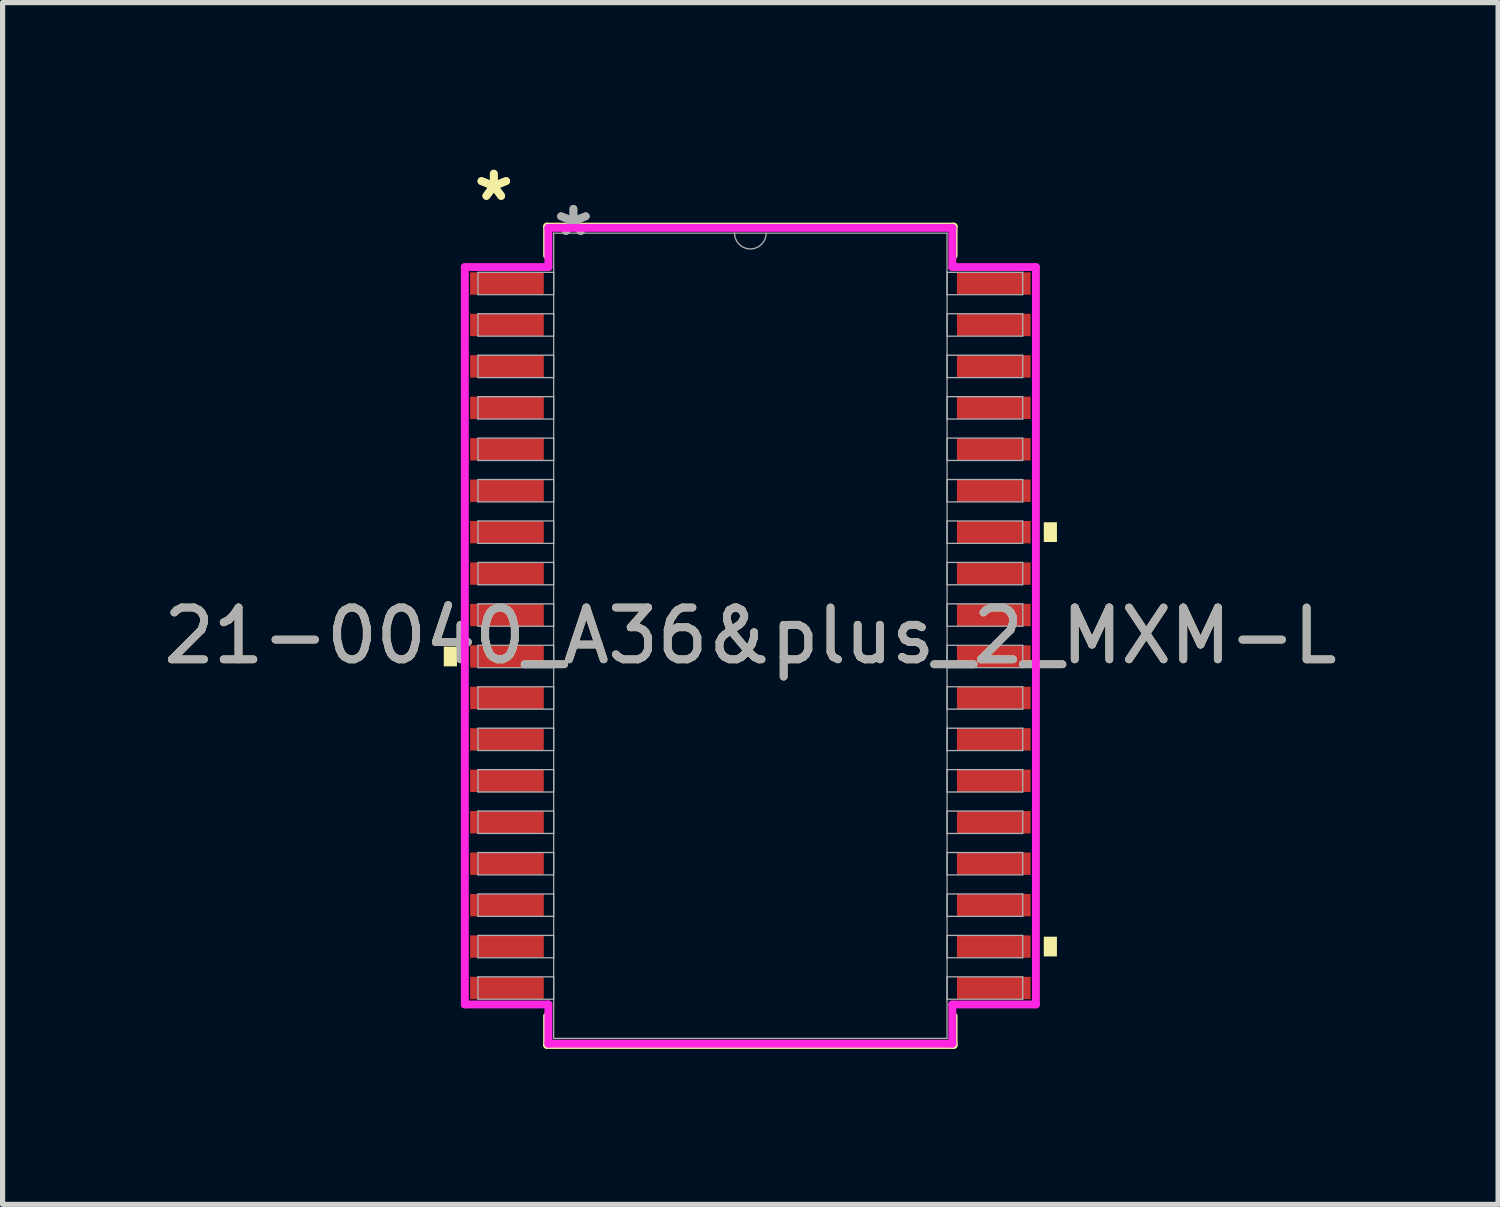
<source format=kicad_pcb>
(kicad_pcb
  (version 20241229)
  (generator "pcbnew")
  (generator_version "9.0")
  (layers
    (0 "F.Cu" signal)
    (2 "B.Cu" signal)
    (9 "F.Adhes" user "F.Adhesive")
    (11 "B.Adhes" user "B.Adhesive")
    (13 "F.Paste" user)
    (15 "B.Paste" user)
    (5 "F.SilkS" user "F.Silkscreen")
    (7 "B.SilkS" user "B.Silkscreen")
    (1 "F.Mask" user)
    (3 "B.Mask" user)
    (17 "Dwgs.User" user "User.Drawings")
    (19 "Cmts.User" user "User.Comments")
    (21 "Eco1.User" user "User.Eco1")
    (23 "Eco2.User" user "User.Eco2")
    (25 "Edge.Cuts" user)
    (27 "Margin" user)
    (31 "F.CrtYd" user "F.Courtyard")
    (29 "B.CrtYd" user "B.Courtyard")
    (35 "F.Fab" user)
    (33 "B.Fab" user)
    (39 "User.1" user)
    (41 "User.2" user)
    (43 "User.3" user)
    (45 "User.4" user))
  (footprint "21-0040_A36&plus_2_MXM-L"
    (layer "F.Cu")
    (at 11.435 9.223)
    (property "Reference" "21-0040_A36&plus_2_MXM-L" (at 0 0 0) (unlocked yes) (layer "F.SilkS") (effects (font (size 1 1) (thickness 0.15))))
    (attr smd)
    (fp_line (start -3.924 -7.899) (end -3.924 -7.343) (stroke (width 0.152) (type solid)) (layer "F.SilkS"))
    (fp_line (start -3.924 7.343) (end -3.924 7.899) (stroke (width 0.152) (type solid)) (layer "F.SilkS"))
    (fp_line (start -3.924 7.899) (end 3.924 7.899) (stroke (width 0.152) (type solid)) (layer "F.SilkS"))
    (fp_line (start 3.924 -7.899) (end -3.924 -7.899) (stroke (width 0.152) (type solid)) (layer "F.SilkS"))
    (fp_line (start 3.924 -7.343) (end 3.924 -7.899) (stroke (width 0.152) (type solid)) (layer "F.SilkS"))
    (fp_line (start 3.924 7.899) (end 3.924 7.343) (stroke (width 0.152) (type solid)) (layer "F.SilkS"))
    (fp_poly (pts (xy -5.918 0.209) (xy -5.918 0.59) (xy -5.664 0.59) (xy -5.664 0.209)) (stroke (width 0) (type solid)) (fill yes) (layer "F.SilkS"))
    (fp_poly (pts (xy 5.918 -2.191) (xy 5.918 -1.81) (xy 5.664 -1.81) (xy 5.664 -2.191)) (stroke (width 0) (type solid)) (fill yes) (layer "F.SilkS"))
    (fp_poly (pts (xy 5.918 5.809) (xy 5.918 6.19) (xy 5.664 6.19) (xy 5.664 5.809)) (stroke (width 0) (type solid)) (fill yes) (layer "F.SilkS"))
    (fp_line (start -5.512 -7.117) (end -3.899 -7.117) (stroke (width 0.152) (type solid)) (layer "F.CrtYd"))
    (fp_line (start -5.512 7.117) (end -5.512 -7.117) (stroke (width 0.152) (type solid)) (layer "F.CrtYd"))
    (fp_line (start -5.512 7.117) (end -3.899 7.117) (stroke (width 0.152) (type solid)) (layer "F.CrtYd"))
    (fp_line (start -3.899 -7.874) (end 3.899 -7.874) (stroke (width 0.152) (type solid)) (layer "F.CrtYd"))
    (fp_line (start -3.899 -7.117) (end -3.899 -7.874) (stroke (width 0.152) (type solid)) (layer "F.CrtYd"))
    (fp_line (start -3.899 7.874) (end -3.899 7.117) (stroke (width 0.152) (type solid)) (layer "F.CrtYd"))
    (fp_line (start 3.899 -7.874) (end 3.899 -7.117) (stroke (width 0.152) (type solid)) (layer "F.CrtYd"))
    (fp_line (start 3.899 7.117) (end 3.899 7.874) (stroke (width 0.152) (type solid)) (layer "F.CrtYd"))
    (fp_line (start 3.899 7.874) (end -3.899 7.874) (stroke (width 0.152) (type solid)) (layer "F.CrtYd"))
    (fp_line (start 5.512 -7.117) (end 3.899 -7.117) (stroke (width 0.152) (type solid)) (layer "F.CrtYd"))
    (fp_line (start 5.512 -7.117) (end 5.512 7.117) (stroke (width 0.152) (type solid)) (layer "F.CrtYd"))
    (fp_line (start 5.512 7.117) (end 3.899 7.117) (stroke (width 0.152) (type solid)) (layer "F.CrtYd"))
    (fp_line (start -5.258 -7.016) (end -5.258 -6.584) (stroke (width 0.025) (type solid)) (layer "F.Fab"))
    (fp_line (start -5.258 -6.584) (end -3.797 -6.584) (stroke (width 0.025) (type solid)) (layer "F.Fab"))
    (fp_line (start -5.258 -6.216) (end -5.258 -5.784) (stroke (width 0.025) (type solid)) (layer "F.Fab"))
    (fp_line (start -5.258 -5.784) (end -3.797 -5.784) (stroke (width 0.025) (type solid)) (layer "F.Fab"))
    (fp_line (start -5.258 -5.416) (end -5.258 -4.984) (stroke (width 0.025) (type solid)) (layer "F.Fab"))
    (fp_line (start -5.258 -4.984) (end -3.797 -4.984) (stroke (width 0.025) (type solid)) (layer "F.Fab"))
    (fp_line (start -5.258 -4.616) (end -5.258 -4.184) (stroke (width 0.025) (type solid)) (layer "F.Fab"))
    (fp_line (start -5.258 -4.184) (end -3.797 -4.184) (stroke (width 0.025) (type solid)) (layer "F.Fab"))
    (fp_line (start -5.258 -3.816) (end -5.258 -3.384) (stroke (width 0.025) (type solid)) (layer "F.Fab"))
    (fp_line (start -5.258 -3.384) (end -3.797 -3.384) (stroke (width 0.025) (type solid)) (layer "F.Fab"))
    (fp_line (start -5.258 -3.016) (end -5.258 -2.584) (stroke (width 0.025) (type solid)) (layer "F.Fab"))
    (fp_line (start -5.258 -2.584) (end -3.797 -2.584) (stroke (width 0.025) (type solid)) (layer "F.Fab"))
    (fp_line (start -5.258 -2.216) (end -5.258 -1.784) (stroke (width 0.025) (type solid)) (layer "F.Fab"))
    (fp_line (start -5.258 -1.784) (end -3.797 -1.784) (stroke (width 0.025) (type solid)) (layer "F.Fab"))
    (fp_line (start -5.258 -1.416) (end -5.258 -0.984) (stroke (width 0.025) (type solid)) (layer "F.Fab"))
    (fp_line (start -5.258 -0.984) (end -3.797 -0.984) (stroke (width 0.025) (type solid)) (layer "F.Fab"))
    (fp_line (start -5.258 -0.616) (end -5.258 -0.184) (stroke (width 0.025) (type solid)) (layer "F.Fab"))
    (fp_line (start -5.258 -0.184) (end -3.797 -0.184) (stroke (width 0.025) (type solid)) (layer "F.Fab"))
    (fp_line (start -5.258 0.184) (end -5.258 0.616) (stroke (width 0.025) (type solid)) (layer "F.Fab"))
    (fp_line (start -5.258 0.616) (end -3.797 0.616) (stroke (width 0.025) (type solid)) (layer "F.Fab"))
    (fp_line (start -5.258 0.984) (end -5.258 1.416) (stroke (width 0.025) (type solid)) (layer "F.Fab"))
    (fp_line (start -5.258 1.416) (end -3.797 1.416) (stroke (width 0.025) (type solid)) (layer "F.Fab"))
    (fp_line (start -5.258 1.784) (end -5.258 2.216) (stroke (width 0.025) (type solid)) (layer "F.Fab"))
    (fp_line (start -5.258 2.216) (end -3.797 2.216) (stroke (width 0.025) (type solid)) (layer "F.Fab"))
    (fp_line (start -5.258 2.584) (end -5.258 3.016) (stroke (width 0.025) (type solid)) (layer "F.Fab"))
    (fp_line (start -5.258 3.016) (end -3.797 3.016) (stroke (width 0.025) (type solid)) (layer "F.Fab"))
    (fp_line (start -5.258 3.384) (end -5.258 3.816) (stroke (width 0.025) (type solid)) (layer "F.Fab"))
    (fp_line (start -5.258 3.816) (end -3.797 3.816) (stroke (width 0.025) (type solid)) (layer "F.Fab"))
    (fp_line (start -5.258 4.184) (end -5.258 4.616) (stroke (width 0.025) (type solid)) (layer "F.Fab"))
    (fp_line (start -5.258 4.616) (end -3.797 4.616) (stroke (width 0.025) (type solid)) (layer "F.Fab"))
    (fp_line (start -5.258 4.984) (end -5.258 5.416) (stroke (width 0.025) (type solid)) (layer "F.Fab"))
    (fp_line (start -5.258 5.416) (end -3.797 5.416) (stroke (width 0.025) (type solid)) (layer "F.Fab"))
    (fp_line (start -5.258 5.784) (end -5.258 6.216) (stroke (width 0.025) (type solid)) (layer "F.Fab"))
    (fp_line (start -5.258 6.216) (end -3.797 6.216) (stroke (width 0.025) (type solid)) (layer "F.Fab"))
    (fp_line (start -5.258 6.584) (end -5.258 7.016) (stroke (width 0.025) (type solid)) (layer "F.Fab"))
    (fp_line (start -5.258 7.016) (end -3.797 7.016) (stroke (width 0.025) (type solid)) (layer "F.Fab"))
    (fp_line (start -3.797 -7.772) (end -3.797 7.772) (stroke (width 0.025) (type solid)) (layer "F.Fab"))
    (fp_line (start -3.797 -7.016) (end -5.258 -7.016) (stroke (width 0.025) (type solid)) (layer "F.Fab"))
    (fp_line (start -3.797 -6.584) (end -3.797 -7.016) (stroke (width 0.025) (type solid)) (layer "F.Fab"))
    (fp_line (start -3.797 -6.216) (end -5.258 -6.216) (stroke (width 0.025) (type solid)) (layer "F.Fab"))
    (fp_line (start -3.797 -5.784) (end -3.797 -6.216) (stroke (width 0.025) (type solid)) (layer "F.Fab"))
    (fp_line (start -3.797 -5.416) (end -5.258 -5.416) (stroke (width 0.025) (type solid)) (layer "F.Fab"))
    (fp_line (start -3.797 -4.984) (end -3.797 -5.416) (stroke (width 0.025) (type solid)) (layer "F.Fab"))
    (fp_line (start -3.797 -4.616) (end -5.258 -4.616) (stroke (width 0.025) (type solid)) (layer "F.Fab"))
    (fp_line (start -3.797 -4.184) (end -3.797 -4.616) (stroke (width 0.025) (type solid)) (layer "F.Fab"))
    (fp_line (start -3.797 -3.816) (end -5.258 -3.816) (stroke (width 0.025) (type solid)) (layer "F.Fab"))
    (fp_line (start -3.797 -3.384) (end -3.797 -3.816) (stroke (width 0.025) (type solid)) (layer "F.Fab"))
    (fp_line (start -3.797 -3.016) (end -5.258 -3.016) (stroke (width 0.025) (type solid)) (layer "F.Fab"))
    (fp_line (start -3.797 -2.584) (end -3.797 -3.016) (stroke (width 0.025) (type solid)) (layer "F.Fab"))
    (fp_line (start -3.797 -2.216) (end -5.258 -2.216) (stroke (width 0.025) (type solid)) (layer "F.Fab"))
    (fp_line (start -3.797 -1.784) (end -3.797 -2.216) (stroke (width 0.025) (type solid)) (layer "F.Fab"))
    (fp_line (start -3.797 -1.416) (end -5.258 -1.416) (stroke (width 0.025) (type solid)) (layer "F.Fab"))
    (fp_line (start -3.797 -0.984) (end -3.797 -1.416) (stroke (width 0.025) (type solid)) (layer "F.Fab"))
    (fp_line (start -3.797 -0.616) (end -5.258 -0.616) (stroke (width 0.025) (type solid)) (layer "F.Fab"))
    (fp_line (start -3.797 -0.184) (end -3.797 -0.616) (stroke (width 0.025) (type solid)) (layer "F.Fab"))
    (fp_line (start -3.797 0.184) (end -5.258 0.184) (stroke (width 0.025) (type solid)) (layer "F.Fab"))
    (fp_line (start -3.797 0.616) (end -3.797 0.184) (stroke (width 0.025) (type solid)) (layer "F.Fab"))
    (fp_line (start -3.797 0.984) (end -5.258 0.984) (stroke (width 0.025) (type solid)) (layer "F.Fab"))
    (fp_line (start -3.797 1.416) (end -3.797 0.984) (stroke (width 0.025) (type solid)) (layer "F.Fab"))
    (fp_line (start -3.797 1.784) (end -5.258 1.784) (stroke (width 0.025) (type solid)) (layer "F.Fab"))
    (fp_line (start -3.797 2.216) (end -3.797 1.784) (stroke (width 0.025) (type solid)) (layer "F.Fab"))
    (fp_line (start -3.797 2.584) (end -5.258 2.584) (stroke (width 0.025) (type solid)) (layer "F.Fab"))
    (fp_line (start -3.797 3.016) (end -3.797 2.584) (stroke (width 0.025) (type solid)) (layer "F.Fab"))
    (fp_line (start -3.797 3.384) (end -5.258 3.384) (stroke (width 0.025) (type solid)) (layer "F.Fab"))
    (fp_line (start -3.797 3.816) (end -3.797 3.384) (stroke (width 0.025) (type solid)) (layer "F.Fab"))
    (fp_line (start -3.797 4.184) (end -5.258 4.184) (stroke (width 0.025) (type solid)) (layer "F.Fab"))
    (fp_line (start -3.797 4.616) (end -3.797 4.184) (stroke (width 0.025) (type solid)) (layer "F.Fab"))
    (fp_line (start -3.797 4.984) (end -5.258 4.984) (stroke (width 0.025) (type solid)) (layer "F.Fab"))
    (fp_line (start -3.797 5.416) (end -3.797 4.984) (stroke (width 0.025) (type solid)) (layer "F.Fab"))
    (fp_line (start -3.797 5.784) (end -5.258 5.784) (stroke (width 0.025) (type solid)) (layer "F.Fab"))
    (fp_line (start -3.797 6.216) (end -3.797 5.784) (stroke (width 0.025) (type solid)) (layer "F.Fab"))
    (fp_line (start -3.797 6.584) (end -5.258 6.584) (stroke (width 0.025) (type solid)) (layer "F.Fab"))
    (fp_line (start -3.797 7.016) (end -3.797 6.584) (stroke (width 0.025) (type solid)) (layer "F.Fab"))
    (fp_line (start -3.797 7.772) (end 3.797 7.772) (stroke (width 0.025) (type solid)) (layer "F.Fab"))
    (fp_line (start 3.797 -7.772) (end -3.797 -7.772) (stroke (width 0.025) (type solid)) (layer "F.Fab"))
    (fp_line (start 3.797 -7.016) (end 3.797 -6.584) (stroke (width 0.025) (type solid)) (layer "F.Fab"))
    (fp_line (start 3.797 -6.584) (end 5.258 -6.584) (stroke (width 0.025) (type solid)) (layer "F.Fab"))
    (fp_line (start 3.797 -6.216) (end 3.797 -5.784) (stroke (width 0.025) (type solid)) (layer "F.Fab"))
    (fp_line (start 3.797 -5.784) (end 5.258 -5.784) (stroke (width 0.025) (type solid)) (layer "F.Fab"))
    (fp_line (start 3.797 -5.416) (end 3.797 -4.984) (stroke (width 0.025) (type solid)) (layer "F.Fab"))
    (fp_line (start 3.797 -4.984) (end 5.258 -4.984) (stroke (width 0.025) (type solid)) (layer "F.Fab"))
    (fp_line (start 3.797 -4.616) (end 3.797 -4.184) (stroke (width 0.025) (type solid)) (layer "F.Fab"))
    (fp_line (start 3.797 -4.184) (end 5.258 -4.184) (stroke (width 0.025) (type solid)) (layer "F.Fab"))
    (fp_line (start 3.797 -3.816) (end 3.797 -3.384) (stroke (width 0.025) (type solid)) (layer "F.Fab"))
    (fp_line (start 3.797 -3.384) (end 5.258 -3.384) (stroke (width 0.025) (type solid)) (layer "F.Fab"))
    (fp_line (start 3.797 -3.016) (end 3.797 -2.584) (stroke (width 0.025) (type solid)) (layer "F.Fab"))
    (fp_line (start 3.797 -2.584) (end 5.258 -2.584) (stroke (width 0.025) (type solid)) (layer "F.Fab"))
    (fp_line (start 3.797 -2.216) (end 3.797 -1.784) (stroke (width 0.025) (type solid)) (layer "F.Fab"))
    (fp_line (start 3.797 -1.784) (end 5.258 -1.784) (stroke (width 0.025) (type solid)) (layer "F.Fab"))
    (fp_line (start 3.797 -1.416) (end 3.797 -0.984) (stroke (width 0.025) (type solid)) (layer "F.Fab"))
    (fp_line (start 3.797 -0.984) (end 5.258 -0.984) (stroke (width 0.025) (type solid)) (layer "F.Fab"))
    (fp_line (start 3.797 -0.616) (end 3.797 -0.184) (stroke (width 0.025) (type solid)) (layer "F.Fab"))
    (fp_line (start 3.797 -0.184) (end 5.258 -0.184) (stroke (width 0.025) (type solid)) (layer "F.Fab"))
    (fp_line (start 3.797 0.184) (end 3.797 0.616) (stroke (width 0.025) (type solid)) (layer "F.Fab"))
    (fp_line (start 3.797 0.616) (end 5.258 0.616) (stroke (width 0.025) (type solid)) (layer "F.Fab"))
    (fp_line (start 3.797 0.984) (end 3.797 1.416) (stroke (width 0.025) (type solid)) (layer "F.Fab"))
    (fp_line (start 3.797 1.416) (end 5.258 1.416) (stroke (width 0.025) (type solid)) (layer "F.Fab"))
    (fp_line (start 3.797 1.784) (end 3.797 2.216) (stroke (width 0.025) (type solid)) (layer "F.Fab"))
    (fp_line (start 3.797 2.216) (end 5.258 2.216) (stroke (width 0.025) (type solid)) (layer "F.Fab"))
    (fp_line (start 3.797 2.584) (end 3.797 3.016) (stroke (width 0.025) (type solid)) (layer "F.Fab"))
    (fp_line (start 3.797 3.016) (end 5.258 3.016) (stroke (width 0.025) (type solid)) (layer "F.Fab"))
    (fp_line (start 3.797 3.384) (end 3.797 3.816) (stroke (width 0.025) (type solid)) (layer "F.Fab"))
    (fp_line (start 3.797 3.816) (end 5.258 3.816) (stroke (width 0.025) (type solid)) (layer "F.Fab"))
    (fp_line (start 3.797 4.184) (end 3.797 4.616) (stroke (width 0.025) (type solid)) (layer "F.Fab"))
    (fp_line (start 3.797 4.616) (end 5.258 4.616) (stroke (width 0.025) (type solid)) (layer "F.Fab"))
    (fp_line (start 3.797 4.984) (end 3.797 5.416) (stroke (width 0.025) (type solid)) (layer "F.Fab"))
    (fp_line (start 3.797 5.416) (end 5.258 5.416) (stroke (width 0.025) (type solid)) (layer "F.Fab"))
    (fp_line (start 3.797 5.784) (end 3.797 6.216) (stroke (width 0.025) (type solid)) (layer "F.Fab"))
    (fp_line (start 3.797 6.216) (end 5.258 6.216) (stroke (width 0.025) (type solid)) (layer "F.Fab"))
    (fp_line (start 3.797 6.584) (end 3.797 7.016) (stroke (width 0.025) (type solid)) (layer "F.Fab"))
    (fp_line (start 3.797 7.016) (end 5.258 7.016) (stroke (width 0.025) (type solid)) (layer "F.Fab"))
    (fp_line (start 3.797 7.772) (end 3.797 -7.772) (stroke (width 0.025) (type solid)) (layer "F.Fab"))
    (fp_line (start 5.258 -7.016) (end 3.797 -7.016) (stroke (width 0.025) (type solid)) (layer "F.Fab"))
    (fp_line (start 5.258 -6.584) (end 5.258 -7.016) (stroke (width 0.025) (type solid)) (layer "F.Fab"))
    (fp_line (start 5.258 -6.216) (end 3.797 -6.216) (stroke (width 0.025) (type solid)) (layer "F.Fab"))
    (fp_line (start 5.258 -5.784) (end 5.258 -6.216) (stroke (width 0.025) (type solid)) (layer "F.Fab"))
    (fp_line (start 5.258 -5.416) (end 3.797 -5.416) (stroke (width 0.025) (type solid)) (layer "F.Fab"))
    (fp_line (start 5.258 -4.984) (end 5.258 -5.416) (stroke (width 0.025) (type solid)) (layer "F.Fab"))
    (fp_line (start 5.258 -4.616) (end 3.797 -4.616) (stroke (width 0.025) (type solid)) (layer "F.Fab"))
    (fp_line (start 5.258 -4.184) (end 5.258 -4.616) (stroke (width 0.025) (type solid)) (layer "F.Fab"))
    (fp_line (start 5.258 -3.816) (end 3.797 -3.816) (stroke (width 0.025) (type solid)) (layer "F.Fab"))
    (fp_line (start 5.258 -3.384) (end 5.258 -3.816) (stroke (width 0.025) (type solid)) (layer "F.Fab"))
    (fp_line (start 5.258 -3.016) (end 3.797 -3.016) (stroke (width 0.025) (type solid)) (layer "F.Fab"))
    (fp_line (start 5.258 -2.584) (end 5.258 -3.016) (stroke (width 0.025) (type solid)) (layer "F.Fab"))
    (fp_line (start 5.258 -2.216) (end 3.797 -2.216) (stroke (width 0.025) (type solid)) (layer "F.Fab"))
    (fp_line (start 5.258 -1.784) (end 5.258 -2.216) (stroke (width 0.025) (type solid)) (layer "F.Fab"))
    (fp_line (start 5.258 -1.416) (end 3.797 -1.416) (stroke (width 0.025) (type solid)) (layer "F.Fab"))
    (fp_line (start 5.258 -0.984) (end 5.258 -1.416) (stroke (width 0.025) (type solid)) (layer "F.Fab"))
    (fp_line (start 5.258 -0.616) (end 3.797 -0.616) (stroke (width 0.025) (type solid)) (layer "F.Fab"))
    (fp_line (start 5.258 -0.184) (end 5.258 -0.616) (stroke (width 0.025) (type solid)) (layer "F.Fab"))
    (fp_line (start 5.258 0.184) (end 3.797 0.184) (stroke (width 0.025) (type solid)) (layer "F.Fab"))
    (fp_line (start 5.258 0.616) (end 5.258 0.184) (stroke (width 0.025) (type solid)) (layer "F.Fab"))
    (fp_line (start 5.258 0.984) (end 3.797 0.984) (stroke (width 0.025) (type solid)) (layer "F.Fab"))
    (fp_line (start 5.258 1.416) (end 5.258 0.984) (stroke (width 0.025) (type solid)) (layer "F.Fab"))
    (fp_line (start 5.258 1.784) (end 3.797 1.784) (stroke (width 0.025) (type solid)) (layer "F.Fab"))
    (fp_line (start 5.258 2.216) (end 5.258 1.784) (stroke (width 0.025) (type solid)) (layer "F.Fab"))
    (fp_line (start 5.258 2.584) (end 3.797 2.584) (stroke (width 0.025) (type solid)) (layer "F.Fab"))
    (fp_line (start 5.258 3.016) (end 5.258 2.584) (stroke (width 0.025) (type solid)) (layer "F.Fab"))
    (fp_line (start 5.258 3.384) (end 3.797 3.384) (stroke (width 0.025) (type solid)) (layer "F.Fab"))
    (fp_line (start 5.258 3.816) (end 5.258 3.384) (stroke (width 0.025) (type solid)) (layer "F.Fab"))
    (fp_line (start 5.258 4.184) (end 3.797 4.184) (stroke (width 0.025) (type solid)) (layer "F.Fab"))
    (fp_line (start 5.258 4.616) (end 5.258 4.184) (stroke (width 0.025) (type solid)) (layer "F.Fab"))
    (fp_line (start 5.258 4.984) (end 3.797 4.984) (stroke (width 0.025) (type solid)) (layer "F.Fab"))
    (fp_line (start 5.258 5.416) (end 5.258 4.984) (stroke (width 0.025) (type solid)) (layer "F.Fab"))
    (fp_line (start 5.258 5.784) (end 3.797 5.784) (stroke (width 0.025) (type solid)) (layer "F.Fab"))
    (fp_line (start 5.258 6.216) (end 5.258 5.784) (stroke (width 0.025) (type solid)) (layer "F.Fab"))
    (fp_line (start 5.258 6.584) (end 3.797 6.584) (stroke (width 0.025) (type solid)) (layer "F.Fab"))
    (fp_line (start 5.258 7.016) (end 5.258 6.584) (stroke (width 0.025) (type solid)) (layer "F.Fab"))
    (fp_arc (start 0.3048 -7.7724) (mid 0 -7.4676) (end -0.3048 -7.7724) (stroke (width 0.0254) (type solid)) (layer "F.Fab"))
    (fp_text user "*" (at -4.953 -8.375 0) (layer "F.SilkS") (effects (font (size 1 1) (thickness 0.15))))
    (fp_text user "*" (at -4.953 -8.375 0) (unlocked yes) (layer "F.SilkS") (effects (font (size 1 1) (thickness 0.15))))
    (fp_text user "*" (at -3.416 -7.696 0) (unlocked yes) (layer "F.Fab") (effects (font (size 1 1) (thickness 0.15))))
    (fp_text user "*" (at -3.416 -7.696 0) (layer "F.Fab") (effects (font (size 1 1) (thickness 0.15))))
    (fp_text user "${REFERENCE}" (at 0 0 0) (unlocked yes) (layer "F.Fab") (effects (font (size 1 1) (thickness 0.15))))
    (pad "1" smd rect (at -4.699 -6.8) (size 1.422 0.432) (layers "F.Cu" "F.Mask" "F.Paste"))
    (pad "2" smd rect (at -4.699 -6) (size 1.422 0.432) (layers "F.Cu" "F.Mask" "F.Paste"))
    (pad "3" smd rect (at -4.699 -5.2) (size 1.422 0.432) (layers "F.Cu" "F.Mask" "F.Paste"))
    (pad "4" smd rect (at -4.699 -4.4) (size 1.422 0.432) (layers "F.Cu" "F.Mask" "F.Paste"))
    (pad "5" smd rect (at -4.699 -3.6) (size 1.422 0.432) (layers "F.Cu" "F.Mask" "F.Paste"))
    (pad "6" smd rect (at -4.699 -2.8) (size 1.422 0.432) (layers "F.Cu" "F.Mask" "F.Paste"))
    (pad "7" smd rect (at -4.699 -2) (size 1.422 0.432) (layers "F.Cu" "F.Mask" "F.Paste"))
    (pad "8" smd rect (at -4.699 -1.2) (size 1.422 0.432) (layers "F.Cu" "F.Mask" "F.Paste"))
    (pad "9" smd rect (at -4.699 -0.4) (size 1.422 0.432) (layers "F.Cu" "F.Mask" "F.Paste"))
    (pad "10" smd rect (at -4.699 0.4) (size 1.422 0.432) (layers "F.Cu" "F.Mask" "F.Paste"))
    (pad "11" smd rect (at -4.699 1.2) (size 1.422 0.432) (layers "F.Cu" "F.Mask" "F.Paste"))
    (pad "12" smd rect (at -4.699 2) (size 1.422 0.432) (layers "F.Cu" "F.Mask" "F.Paste"))
    (pad "13" smd rect (at -4.699 2.8) (size 1.422 0.432) (layers "F.Cu" "F.Mask" "F.Paste"))
    (pad "14" smd rect (at -4.699 3.6) (size 1.422 0.432) (layers "F.Cu" "F.Mask" "F.Paste"))
    (pad "15" smd rect (at -4.699 4.4) (size 1.422 0.432) (layers "F.Cu" "F.Mask" "F.Paste"))
    (pad "16" smd rect (at -4.699 5.2) (size 1.422 0.432) (layers "F.Cu" "F.Mask" "F.Paste"))
    (pad "17" smd rect (at -4.699 6) (size 1.422 0.432) (layers "F.Cu" "F.Mask" "F.Paste"))
    (pad "18" smd rect (at -4.699 6.8) (size 1.422 0.432) (layers "F.Cu" "F.Mask" "F.Paste"))
    (pad "19" smd rect (at 4.699 6.8) (size 1.422 0.432) (layers "F.Cu" "F.Mask" "F.Paste"))
    (pad "20" smd rect (at 4.699 6) (size 1.422 0.432) (layers "F.Cu" "F.Mask" "F.Paste"))
    (pad "21" smd rect (at 4.699 5.2) (size 1.422 0.432) (layers "F.Cu" "F.Mask" "F.Paste"))
    (pad "22" smd rect (at 4.699 4.4) (size 1.422 0.432) (layers "F.Cu" "F.Mask" "F.Paste"))
    (pad "23" smd rect (at 4.699 3.6) (size 1.422 0.432) (layers "F.Cu" "F.Mask" "F.Paste"))
    (pad "24" smd rect (at 4.699 2.8) (size 1.422 0.432) (layers "F.Cu" "F.Mask" "F.Paste"))
    (pad "25" smd rect (at 4.699 2) (size 1.422 0.432) (layers "F.Cu" "F.Mask" "F.Paste"))
    (pad "26" smd rect (at 4.699 1.2) (size 1.422 0.432) (layers "F.Cu" "F.Mask" "F.Paste"))
    (pad "27" smd rect (at 4.699 0.4) (size 1.422 0.432) (layers "F.Cu" "F.Mask" "F.Paste"))
    (pad "28" smd rect (at 4.699 -0.4) (size 1.422 0.432) (layers "F.Cu" "F.Mask" "F.Paste"))
    (pad "29" smd rect (at 4.699 -1.2) (size 1.422 0.432) (layers "F.Cu" "F.Mask" "F.Paste"))
    (pad "30" smd rect (at 4.699 -2) (size 1.422 0.432) (layers "F.Cu" "F.Mask" "F.Paste"))
    (pad "31" smd rect (at 4.699 -2.8) (size 1.422 0.432) (layers "F.Cu" "F.Mask" "F.Paste"))
    (pad "32" smd rect (at 4.699 -3.6) (size 1.422 0.432) (layers "F.Cu" "F.Mask" "F.Paste"))
    (pad "33" smd rect (at 4.699 -4.4) (size 1.422 0.432) (layers "F.Cu" "F.Mask" "F.Paste"))
    (pad "34" smd rect (at 4.699 -5.2) (size 1.422 0.432) (layers "F.Cu" "F.Mask" "F.Paste"))
    (pad "35" smd rect (at 4.699 -6) (size 1.422 0.432) (layers "F.Cu" "F.Mask" "F.Paste"))
    (pad "36" smd rect (at 4.699 -6.8) (size 1.422 0.432) (layers "F.Cu" "F.Mask" "F.Paste")))
  (gr_rect
    (start -3 -3)
    (end 25.869 20.199)
    (stroke (width 0.1) (type default))
    (fill no)
    (layer "Edge.Cuts")))
</source>
